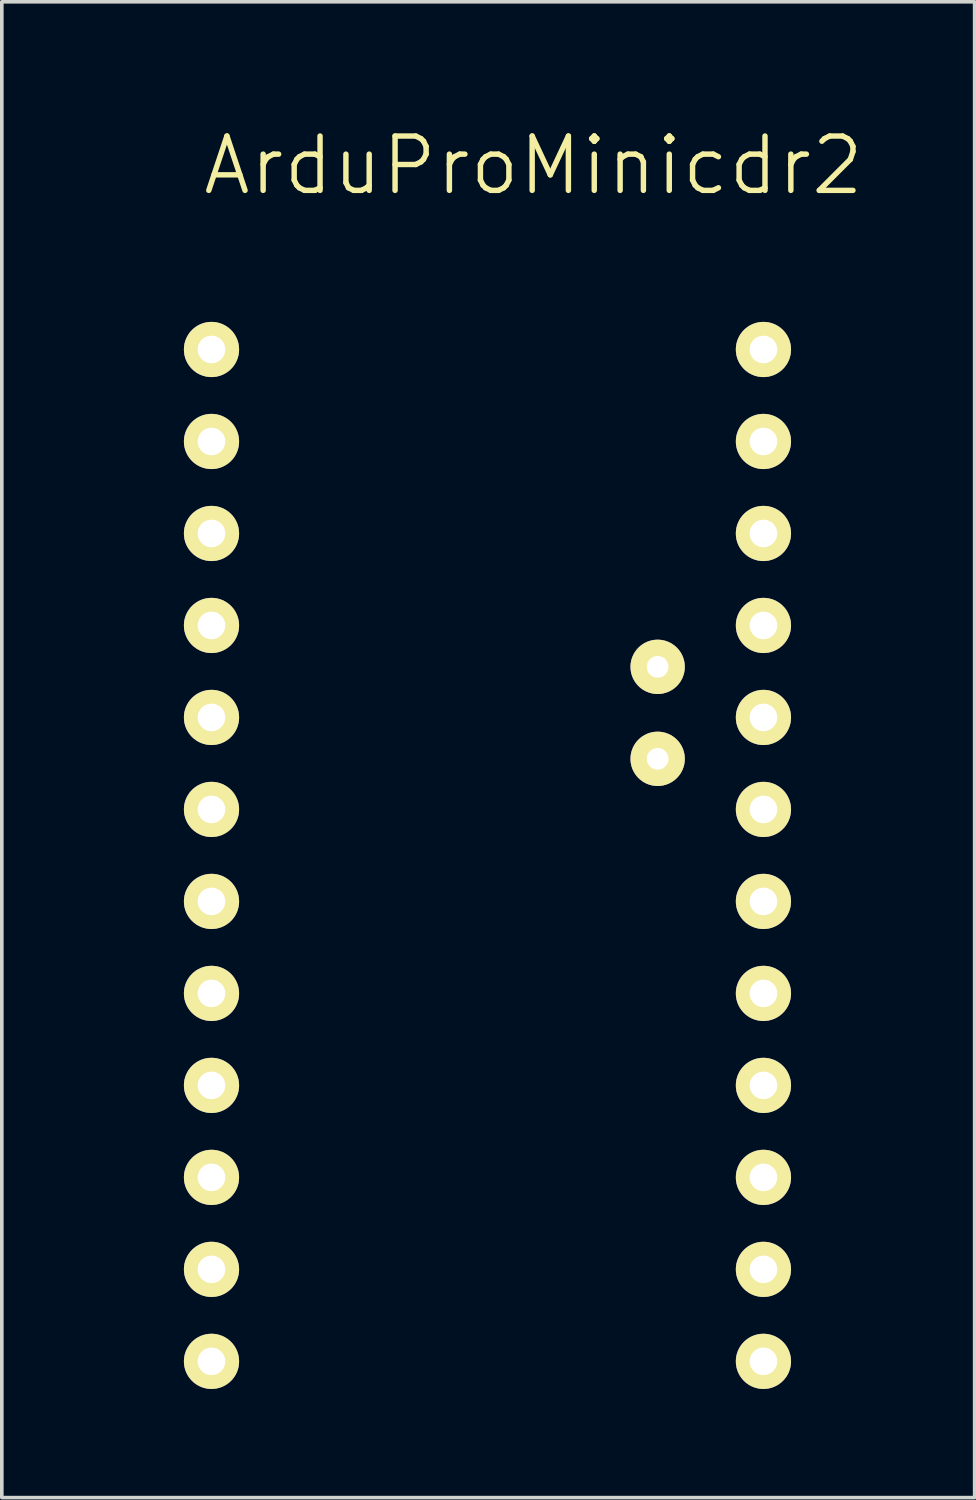
<source format=kicad_pcb>
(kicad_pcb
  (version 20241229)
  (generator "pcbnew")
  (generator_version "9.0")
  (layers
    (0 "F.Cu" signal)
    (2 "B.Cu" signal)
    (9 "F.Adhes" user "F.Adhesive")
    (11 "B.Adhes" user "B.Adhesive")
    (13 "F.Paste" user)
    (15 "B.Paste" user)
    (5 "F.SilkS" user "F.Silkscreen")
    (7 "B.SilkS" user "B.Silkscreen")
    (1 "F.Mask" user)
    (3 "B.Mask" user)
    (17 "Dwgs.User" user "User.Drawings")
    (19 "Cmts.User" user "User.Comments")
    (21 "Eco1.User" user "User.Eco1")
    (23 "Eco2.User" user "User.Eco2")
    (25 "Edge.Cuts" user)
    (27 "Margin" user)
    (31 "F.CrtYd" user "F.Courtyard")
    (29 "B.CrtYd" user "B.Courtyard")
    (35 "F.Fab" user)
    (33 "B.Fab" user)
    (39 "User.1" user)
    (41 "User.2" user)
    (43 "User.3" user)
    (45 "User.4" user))
  (footprint "ArduProMinicdr2"
    (layer "F.Cu")
    (at 0.25 0.25)
    (property "Reference" "ArduProMinicdr2" (at 11.43 1.27 0) (layer "F.SilkS") (effects (font (size 1.5 1.5) (thickness 0.15))))
    (attr through_hole)
    (pad "0" thru_hole circle (at 17.78 8.89) (size 1.524 1.524) (drill 0.762) (layers "*.Cu" "*.Mask" "F.SilkS"))
    (pad "7" thru_hole circle (at 2.54 8.89) (size 1.524 1.524) (drill 0.762) (layers "*.Cu" "*.Mask" "F.SilkS"))
    (pad "8" thru_hole circle (at 2.54 6.35) (size 1.524 1.524) (drill 0.762) (layers "*.Cu" "*.Mask" "F.SilkS"))
    (pad "10" thru_hole circle (at 2.54 11.43) (size 1.524 1.524) (drill 0.762) (layers "*.Cu" "*.Mask" "F.SilkS"))
    (pad "10" thru_hole circle (at 2.54 13.97) (size 1.524 1.524) (drill 0.762) (layers "*.Cu" "*.Mask" "F.SilkS"))
    (pad "11" thru_hole circle (at 2.54 16.51) (size 1.524 1.524) (drill 0.762) (layers "*.Cu" "*.Mask" "F.SilkS"))
    (pad "12" thru_hole circle (at 2.54 19.05) (size 1.524 1.524) (drill 0.762) (layers "*.Cu" "*.Mask" "F.SilkS"))
    (pad "13" thru_hole circle (at 2.54 21.59) (size 1.524 1.524) (drill 0.762) (layers "*.Cu" "*.Mask" "F.SilkS"))
    (pad "14" thru_hole circle (at 2.54 24.13) (size 1.524 1.524) (drill 0.762) (layers "*.Cu" "*.Mask" "F.SilkS"))
    (pad "15" thru_hole circle (at 2.54 26.67) (size 1.524 1.524) (drill 0.762) (layers "*.Cu" "*.Mask" "F.SilkS"))
    (pad "16" thru_hole circle (at 2.54 29.21) (size 1.524 1.524) (drill 0.762) (layers "*.Cu" "*.Mask" "F.SilkS"))
    (pad "17" thru_hole circle (at 2.54 31.75) (size 1.524 1.524) (drill 0.762) (layers "*.Cu" "*.Mask" "F.SilkS"))
    (pad "18" thru_hole circle (at 2.54 34.29) (size 1.524 1.524) (drill 0.762) (layers "*.Cu" "*.Mask" "F.SilkS"))
    (pad "19" thru_hole circle (at 17.78 6.35) (size 1.524 1.524) (drill 0.762) (layers "*.Cu" "*.Mask" "F.SilkS"))
    (pad "21" thru_hole circle (at 17.78 11.43) (size 1.524 1.524) (drill 0.762) (layers "*.Cu" "*.Mask" "F.SilkS"))
    (pad "22" thru_hole circle (at 17.78 13.97) (size 1.524 1.524) (drill 0.762) (layers "*.Cu" "*.Mask" "F.SilkS"))
    (pad "23" thru_hole circle (at 17.78 16.51) (size 1.524 1.524) (drill 0.762) (layers "*.Cu" "*.Mask" "F.SilkS"))
    (pad "24" thru_hole circle (at 17.78 19.05) (size 1.524 1.524) (drill 0.762) (layers "*.Cu" "*.Mask" "F.SilkS"))
    (pad "25" thru_hole circle (at 17.78 21.59) (size 1.524 1.524) (drill 0.762) (layers "*.Cu" "*.Mask" "F.SilkS"))
    (pad "26" thru_hole circle (at 17.78 24.13) (size 1.524 1.524) (drill 0.762) (layers "*.Cu" "*.Mask" "F.SilkS"))
    (pad "27" thru_hole circle (at 17.78 26.67) (size 1.524 1.524) (drill 0.762) (layers "*.Cu" "*.Mask" "F.SilkS"))
    (pad "28" thru_hole circle (at 17.78 29.21) (size 1.524 1.524) (drill 0.762) (layers "*.Cu" "*.Mask" "F.SilkS"))
    (pad "29" thru_hole circle (at 17.78 31.75) (size 1.524 1.524) (drill 0.762) (layers "*.Cu" "*.Mask" "F.SilkS"))
    (pad "30" thru_hole circle (at 17.78 34.29) (size 1.524 1.524) (drill 0.762) (layers "*.Cu" "*.Mask" "F.SilkS"))
    (pad "31" thru_hole circle (at 14.859 15.113) (size 1.5 1.5) (drill 0.6) (layers "*.Cu" "*.Mask" "F.SilkS"))
    (pad "32" thru_hole circle (at 14.859 17.653) (size 1.5 1.5) (drill 0.6) (layers "*.Cu" "*.Mask" "F.SilkS")))
  (gr_rect
    (start -3 -3)
    (end 23.862 38.302)
    (stroke (width 0.1) (type default))
    (fill no)
    (layer "Edge.Cuts")))
</source>
